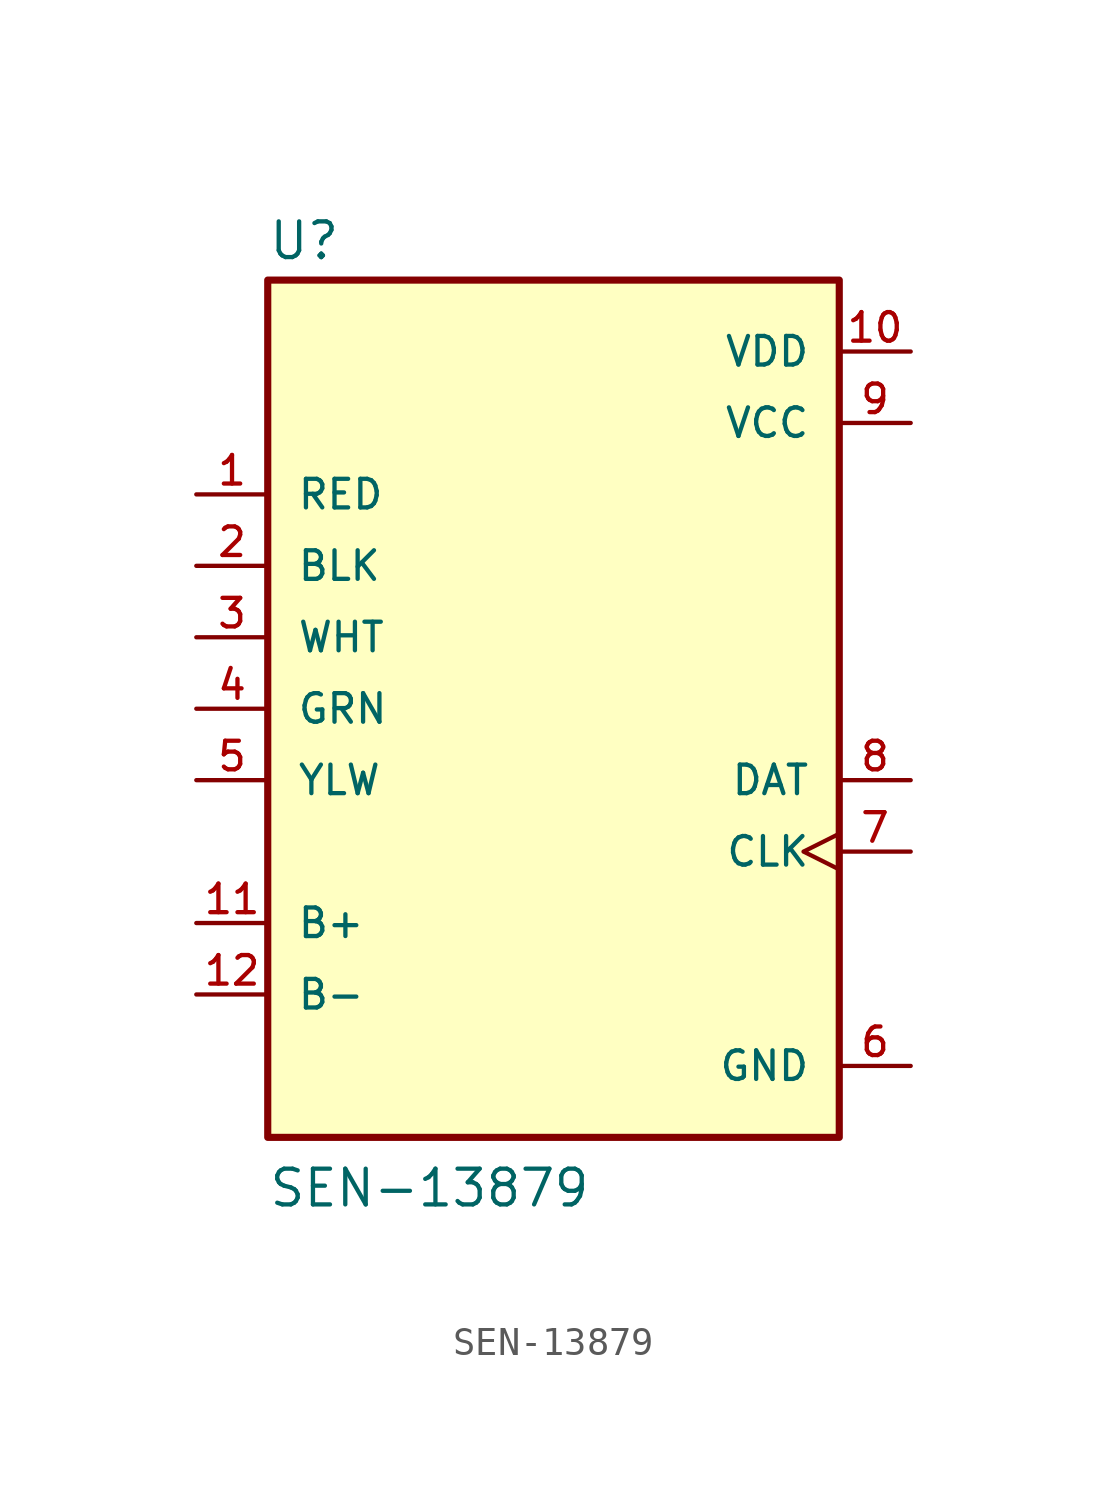
<source format=kicad_sym>
(kicad_symbol_lib
  (version 20211014)
  (generator kicad_symbol_editor)
  (symbol "SEN-13879"
    (pin_names
      (offset 1.016))
    (property "Reference" "U"
      (at -10.172 15.894 0)
      (effects (font (size 1.27 1.27)) (justify bottom left)))
    (property "Value" "SEN-13879"
      (at -10.164 -17.787 0)
      (effects (font (size 1.27 1.27)) (justify bottom left)))
    (symbol "SEN-13879_0_0"
      (rectangle (start -10.16 -15.24) (end 10.16 15.24) (stroke (width 0.254)) (fill (type background)))
      (pin bidirectional line (at -12.7 7.62 0) (length 2.54) (name "RED" (effects (font (size 1.016 1.016)))) (number "1" (effects (font (size 1.016 1.016)))))
      (pin bidirectional line (at -12.7 5.08 0) (length 2.54) (name "BLK" (effects (font (size 1.016 1.016)))) (number "2" (effects (font (size 1.016 1.016)))))
      (pin input line (at -12.7 2.54 0) (length 2.54) (name "WHT" (effects (font (size 1.016 1.016)))) (number "3" (effects (font (size 1.016 1.016)))))
      (pin input line (at -12.7 0.0 0) (length 2.54) (name "GRN" (effects (font (size 1.016 1.016)))) (number "4" (effects (font (size 1.016 1.016)))))
      (pin bidirectional line (at -12.7 -2.54 0) (length 2.54) (name "YLW" (effects (font (size 1.016 1.016)))) (number "5" (effects (font (size 1.016 1.016)))))
      (pin power_in line (at 12.7 -12.7 180.0) (length 2.54) (name "GND" (effects (font (size 1.016 1.016)))) (number "6" (effects (font (size 1.016 1.016)))))
      (pin input clock (at 12.7 -5.08 180.0) (length 2.54) (name "CLK" (effects (font (size 1.016 1.016)))) (number "7" (effects (font (size 1.016 1.016)))))
      (pin output line (at 12.7 -2.54 180.0) (length 2.54) (name "DAT" (effects (font (size 1.016 1.016)))) (number "8" (effects (font (size 1.016 1.016)))))
      (pin power_in line (at 12.7 10.16 180.0) (length 2.54) (name "VCC" (effects (font (size 1.016 1.016)))) (number "9" (effects (font (size 1.016 1.016)))))
      (pin power_in line (at 12.7 12.7 180.0) (length 2.54) (name "VDD" (effects (font (size 1.016 1.016)))) (number "10" (effects (font (size 1.016 1.016)))))
      (pin input line (at -12.7 -7.62 0) (length 2.54) (name "B+" (effects (font (size 1.016 1.016)))) (number "11" (effects (font (size 1.016 1.016)))))
      (pin input line (at -12.7 -10.16 0) (length 2.54) (name "B-" (effects (font (size 1.016 1.016)))) (number "12" (effects (font (size 1.016 1.016))))))))
</source>
